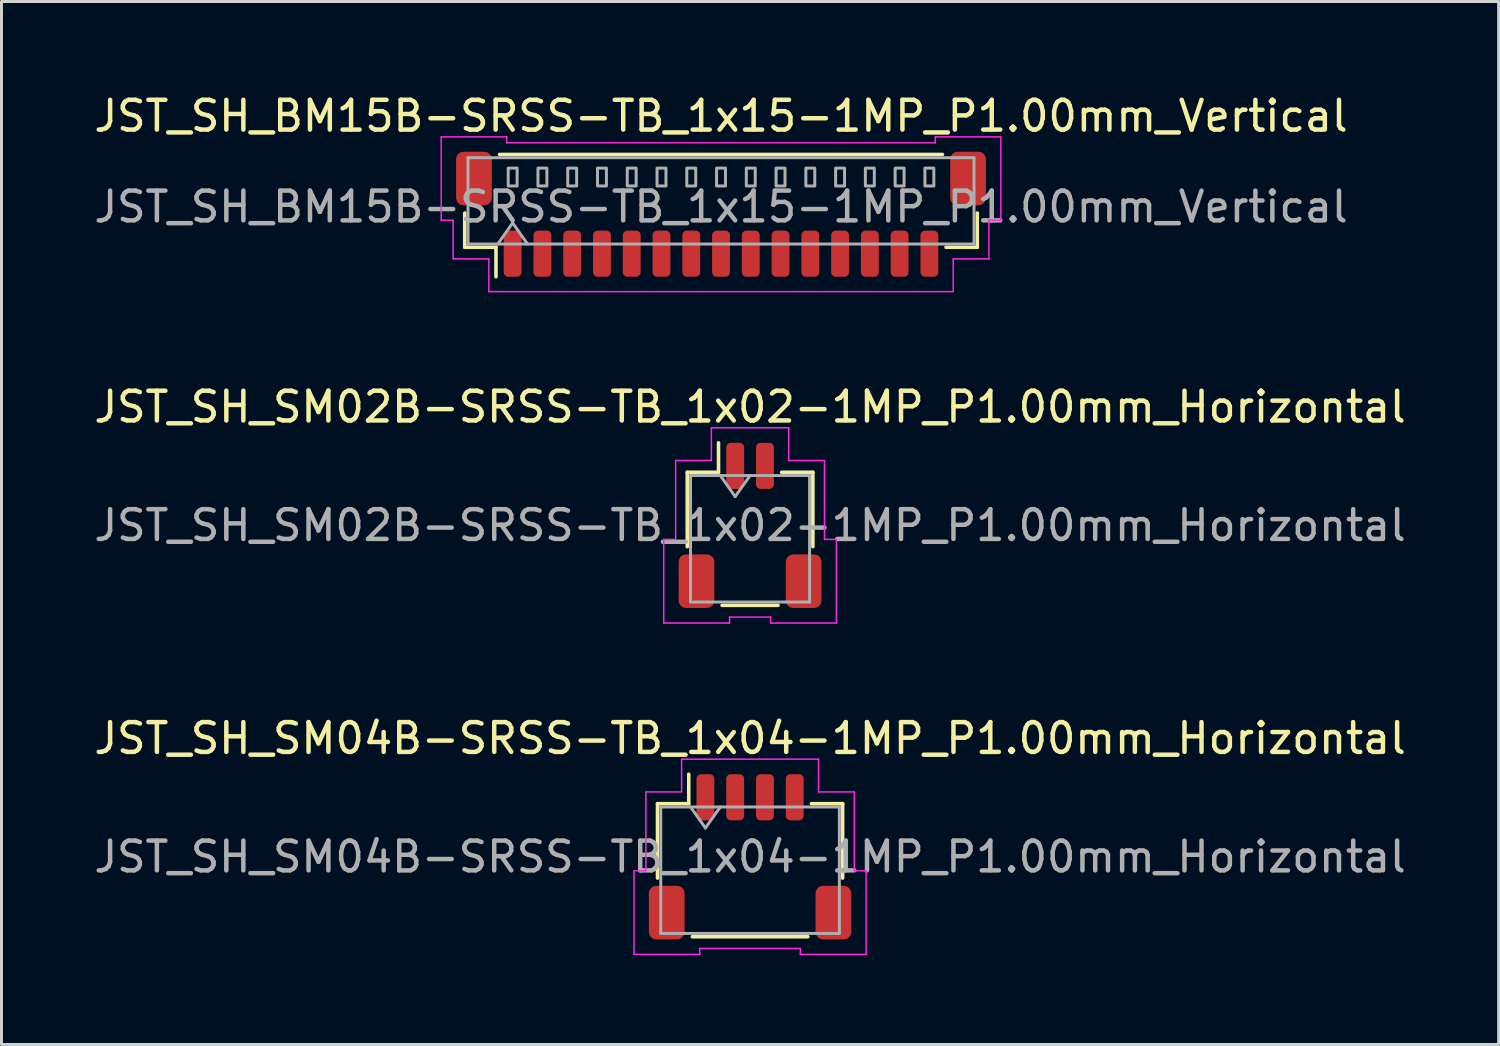
<source format=kicad_pcb>
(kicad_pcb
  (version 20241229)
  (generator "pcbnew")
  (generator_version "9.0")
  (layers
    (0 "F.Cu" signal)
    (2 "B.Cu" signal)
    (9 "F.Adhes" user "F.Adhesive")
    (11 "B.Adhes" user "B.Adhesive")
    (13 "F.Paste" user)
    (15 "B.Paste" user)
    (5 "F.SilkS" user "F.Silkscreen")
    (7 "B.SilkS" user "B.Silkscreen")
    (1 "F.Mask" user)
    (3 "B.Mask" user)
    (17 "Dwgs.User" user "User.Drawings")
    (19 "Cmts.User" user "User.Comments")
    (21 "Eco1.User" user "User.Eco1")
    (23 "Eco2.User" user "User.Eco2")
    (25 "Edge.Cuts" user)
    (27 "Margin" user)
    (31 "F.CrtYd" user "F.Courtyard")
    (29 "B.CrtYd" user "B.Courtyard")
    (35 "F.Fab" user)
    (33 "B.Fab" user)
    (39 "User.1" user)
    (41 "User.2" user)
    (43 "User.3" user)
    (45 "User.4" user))
  (footprint "JST_SH_SM02B-SRSS-TB_1x02-1MP_P1.00mm_Horizontal"
    (layer "F.Cu")
    (at 22.149 14.601)
    (property "Reference" "JST_SH_SM02B-SRSS-TB_1x02-1MP_P1.00mm_Horizontal" (at 0 -3.98 0) (layer "F.SilkS") (effects (font (size 1 1) (thickness 0.15))))
    (attr smd)
    (fp_line (start -2.11 -1.785) (end -1.06 -1.785) (stroke (width 0.12) (type solid)) (layer "F.SilkS"))
    (fp_line (start -2.11 0.715) (end -2.11 -1.785) (stroke (width 0.12) (type solid)) (layer "F.SilkS"))
    (fp_line (start -1.06 -1.785) (end -1.06 -2.775) (stroke (width 0.12) (type solid)) (layer "F.SilkS"))
    (fp_line (start -0.94 2.685) (end 0.94 2.685) (stroke (width 0.12) (type solid)) (layer "F.SilkS"))
    (fp_line (start 2.11 -1.785) (end 1.06 -1.785) (stroke (width 0.12) (type solid)) (layer "F.SilkS"))
    (fp_line (start 2.11 0.715) (end 2.11 -1.785) (stroke (width 0.12) (type solid)) (layer "F.SilkS"))
    (fp_line (start -2.9 0.47) (end -2.5 0.47) (stroke (width 0.05) (type solid)) (layer "F.CrtYd"))
    (fp_line (start -2.9 3.28) (end -2.9 0.47) (stroke (width 0.05) (type solid)) (layer "F.CrtYd"))
    (fp_line (start -2.5 -2.18) (end -1.3 -2.18) (stroke (width 0.05) (type solid)) (layer "F.CrtYd"))
    (fp_line (start -2.5 0.47) (end -2.5 -2.18) (stroke (width 0.05) (type solid)) (layer "F.CrtYd"))
    (fp_line (start -1.3 -3.28) (end 1.3 -3.28) (stroke (width 0.05) (type solid)) (layer "F.CrtYd"))
    (fp_line (start -1.3 -2.18) (end -1.3 -3.28) (stroke (width 0.05) (type solid)) (layer "F.CrtYd"))
    (fp_line (start -0.69 3.08) (end -0.69 3.28) (stroke (width 0.05) (type solid)) (layer "F.CrtYd"))
    (fp_line (start -0.69 3.28) (end -2.9 3.28) (stroke (width 0.05) (type solid)) (layer "F.CrtYd"))
    (fp_line (start 0.69 3.08) (end -0.69 3.08) (stroke (width 0.05) (type solid)) (layer "F.CrtYd"))
    (fp_line (start 0.69 3.28) (end 0.69 3.08) (stroke (width 0.05) (type solid)) (layer "F.CrtYd"))
    (fp_line (start 1.3 -3.28) (end 1.3 -2.18) (stroke (width 0.05) (type solid)) (layer "F.CrtYd"))
    (fp_line (start 1.3 -2.18) (end 2.5 -2.18) (stroke (width 0.05) (type solid)) (layer "F.CrtYd"))
    (fp_line (start 2.5 -2.18) (end 2.5 0.47) (stroke (width 0.05) (type solid)) (layer "F.CrtYd"))
    (fp_line (start 2.5 0.47) (end 2.9 0.47) (stroke (width 0.05) (type solid)) (layer "F.CrtYd"))
    (fp_line (start 2.9 0.47) (end 2.9 3.28) (stroke (width 0.05) (type solid)) (layer "F.CrtYd"))
    (fp_line (start 2.9 3.28) (end 0.69 3.28) (stroke (width 0.05) (type solid)) (layer "F.CrtYd"))
    (fp_line (start -2 -1.675) (end -2 2.575) (stroke (width 0.1) (type solid)) (layer "F.Fab"))
    (fp_line (start -2 -1.675) (end 2 -1.675) (stroke (width 0.1) (type solid)) (layer "F.Fab"))
    (fp_line (start -2 2.575) (end 2 2.575) (stroke (width 0.1) (type solid)) (layer "F.Fab"))
    (fp_line (start -1 -1.675) (end -0.5 -0.968) (stroke (width 0.1) (type solid)) (layer "F.Fab"))
    (fp_line (start -0.5 -0.968) (end 0 -1.675) (stroke (width 0.1) (type solid)) (layer "F.Fab"))
    (fp_line (start 2 -1.675) (end 2 2.575) (stroke (width 0.1) (type solid)) (layer "F.Fab"))
    (fp_text user "${REFERENCE}" (at 0 0 0) (layer "F.Fab") (effects (font (size 1 1) (thickness 0.15))))
    (pad "1" smd roundrect (at -0.5 -2) (size 0.6 1.55) (layers "F.Cu" "F.Mask" "F.Paste") (roundrect_rratio 0.25))
    (pad "2" smd roundrect (at 0.5 -2) (size 0.6 1.55) (layers "F.Cu" "F.Mask" "F.Paste") (roundrect_rratio 0.25))
    (pad "MP" smd roundrect (at -1.8 1.875) (size 1.2 1.8) (layers "F.Cu" "F.Mask" "F.Paste") (roundrect_rratio 0.208))
    (pad "MP" smd roundrect (at 1.8 1.875) (size 1.2 1.8) (layers "F.Cu" "F.Mask" "F.Paste") (roundrect_rratio 0.208)))
  (footprint "JST_SH_BM15B-SRSS-TB_1x15-1MP_P1.00mm_Vertical"
    (layer "F.Cu")
    (at 21.173 4.148)
    (property "Reference" "JST_SH_BM15B-SRSS-TB_1x15-1MP_P1.00mm_Vertical" (at 0 -3.3 0) (layer "F.SilkS") (effects (font (size 1 1) (thickness 0.15))))
    (attr smd)
    (fp_line (start -8.61 -0.04) (end -8.61 1.11) (stroke (width 0.12) (type solid)) (layer "F.SilkS"))
    (fp_line (start -8.61 1.11) (end -7.56 1.11) (stroke (width 0.12) (type solid)) (layer "F.SilkS"))
    (fp_line (start -7.56 1.11) (end -7.56 2.1) (stroke (width 0.12) (type solid)) (layer "F.SilkS"))
    (fp_line (start -7.44 -2.01) (end 7.44 -2.01) (stroke (width 0.12) (type solid)) (layer "F.SilkS"))
    (fp_line (start 8.61 -0.04) (end 8.61 1.11) (stroke (width 0.12) (type solid)) (layer "F.SilkS"))
    (fp_line (start 8.61 1.11) (end 7.56 1.11) (stroke (width 0.12) (type solid)) (layer "F.SilkS"))
    (fp_line (start -9.4 -2.6) (end -7.2 -2.6) (stroke (width 0.05) (type solid)) (layer "F.CrtYd"))
    (fp_line (start -9.4 0.2) (end -9.4 -2.6) (stroke (width 0.05) (type solid)) (layer "F.CrtYd"))
    (fp_line (start -9 0.2) (end -9.4 0.2) (stroke (width 0.05) (type solid)) (layer "F.CrtYd"))
    (fp_line (start -9 1.5) (end -9 0.2) (stroke (width 0.05) (type solid)) (layer "F.CrtYd"))
    (fp_line (start -7.8 1.5) (end -9 1.5) (stroke (width 0.05) (type solid)) (layer "F.CrtYd"))
    (fp_line (start -7.8 2.6) (end -7.8 1.5) (stroke (width 0.05) (type solid)) (layer "F.CrtYd"))
    (fp_line (start -7.2 -2.6) (end -7.2 -2.4) (stroke (width 0.05) (type solid)) (layer "F.CrtYd"))
    (fp_line (start -7.2 -2.4) (end 7.2 -2.4) (stroke (width 0.05) (type solid)) (layer "F.CrtYd"))
    (fp_line (start 7.2 -2.6) (end 9.4 -2.6) (stroke (width 0.05) (type solid)) (layer "F.CrtYd"))
    (fp_line (start 7.2 -2.4) (end 7.2 -2.6) (stroke (width 0.05) (type solid)) (layer "F.CrtYd"))
    (fp_line (start 7.8 1.5) (end 7.8 2.6) (stroke (width 0.05) (type solid)) (layer "F.CrtYd"))
    (fp_line (start 7.8 2.6) (end -7.8 2.6) (stroke (width 0.05) (type solid)) (layer "F.CrtYd"))
    (fp_line (start 9 0.2) (end 9 1.5) (stroke (width 0.05) (type solid)) (layer "F.CrtYd"))
    (fp_line (start 9 1.5) (end 7.8 1.5) (stroke (width 0.05) (type solid)) (layer "F.CrtYd"))
    (fp_line (start 9.4 -2.6) (end 9.4 0.2) (stroke (width 0.05) (type solid)) (layer "F.CrtYd"))
    (fp_line (start 9.4 0.2) (end 9 0.2) (stroke (width 0.05) (type solid)) (layer "F.CrtYd"))
    (fp_line (start -8.5 -1.9) (end 8.5 -1.9) (stroke (width 0.1) (type solid)) (layer "F.Fab"))
    (fp_line (start -8.5 1) (end -8.5 -1.9) (stroke (width 0.1) (type solid)) (layer "F.Fab"))
    (fp_line (start -8.5 1) (end 8.5 1) (stroke (width 0.1) (type solid)) (layer "F.Fab"))
    (fp_line (start -7.5 1) (end -7 0.293) (stroke (width 0.1) (type solid)) (layer "F.Fab"))
    (fp_line (start -7 0.293) (end -6.5 1) (stroke (width 0.1) (type solid)) (layer "F.Fab"))
    (fp_line (start 8.5 1) (end 8.5 -1.9) (stroke (width 0.1) (type solid)) (layer "F.Fab"))
    (fp_rect (start -7.15 -1.55) (end -6.85 -0.95) (stroke (width 0.1) (type solid)) (fill no) (layer "F.Fab"))
    (fp_rect (start -6.15 -1.55) (end -5.85 -0.95) (stroke (width 0.1) (type solid)) (fill no) (layer "F.Fab"))
    (fp_rect (start -5.15 -1.55) (end -4.85 -0.95) (stroke (width 0.1) (type solid)) (fill no) (layer "F.Fab"))
    (fp_rect (start -4.15 -1.55) (end -3.85 -0.95) (stroke (width 0.1) (type solid)) (fill no) (layer "F.Fab"))
    (fp_rect (start -3.15 -1.55) (end -2.85 -0.95) (stroke (width 0.1) (type solid)) (fill no) (layer "F.Fab"))
    (fp_rect (start -2.15 -1.55) (end -1.85 -0.95) (stroke (width 0.1) (type solid)) (fill no) (layer "F.Fab"))
    (fp_rect (start -1.15 -1.55) (end -0.85 -0.95) (stroke (width 0.1) (type solid)) (fill no) (layer "F.Fab"))
    (fp_rect (start -0.15 -1.55) (end 0.15 -0.95) (stroke (width 0.1) (type solid)) (fill no) (layer "F.Fab"))
    (fp_rect (start 0.85 -1.55) (end 1.15 -0.95) (stroke (width 0.1) (type solid)) (fill no) (layer "F.Fab"))
    (fp_rect (start 1.85 -1.55) (end 2.15 -0.95) (stroke (width 0.1) (type solid)) (fill no) (layer "F.Fab"))
    (fp_rect (start 2.85 -1.55) (end 3.15 -0.95) (stroke (width 0.1) (type solid)) (fill no) (layer "F.Fab"))
    (fp_rect (start 3.85 -1.55) (end 4.15 -0.95) (stroke (width 0.1) (type solid)) (fill no) (layer "F.Fab"))
    (fp_rect (start 4.85 -1.55) (end 5.15 -0.95) (stroke (width 0.1) (type solid)) (fill no) (layer "F.Fab"))
    (fp_rect (start 5.85 -1.55) (end 6.15 -0.95) (stroke (width 0.1) (type solid)) (fill no) (layer "F.Fab"))
    (fp_rect (start 6.85 -1.55) (end 7.15 -0.95) (stroke (width 0.1) (type solid)) (fill no) (layer "F.Fab"))
    (fp_text user "${REFERENCE}" (at 0 -0.25 0) (layer "F.Fab") (effects (font (size 1 1) (thickness 0.15))))
    (pad "1" smd roundrect (at -7 1.325) (size 0.6 1.55) (layers "F.Cu" "F.Mask" "F.Paste") (roundrect_rratio 0.25))
    (pad "2" smd roundrect (at -6 1.325) (size 0.6 1.55) (layers "F.Cu" "F.Mask" "F.Paste") (roundrect_rratio 0.25))
    (pad "3" smd roundrect (at -5 1.325) (size 0.6 1.55) (layers "F.Cu" "F.Mask" "F.Paste") (roundrect_rratio 0.25))
    (pad "4" smd roundrect (at -4 1.325) (size 0.6 1.55) (layers "F.Cu" "F.Mask" "F.Paste") (roundrect_rratio 0.25))
    (pad "5" smd roundrect (at -3 1.325) (size 0.6 1.55) (layers "F.Cu" "F.Mask" "F.Paste") (roundrect_rratio 0.25))
    (pad "6" smd roundrect (at -2 1.325) (size 0.6 1.55) (layers "F.Cu" "F.Mask" "F.Paste") (roundrect_rratio 0.25))
    (pad "7" smd roundrect (at -1 1.325) (size 0.6 1.55) (layers "F.Cu" "F.Mask" "F.Paste") (roundrect_rratio 0.25))
    (pad "8" smd roundrect (at 0 1.325) (size 0.6 1.55) (layers "F.Cu" "F.Mask" "F.Paste") (roundrect_rratio 0.25))
    (pad "9" smd roundrect (at 1 1.325) (size 0.6 1.55) (layers "F.Cu" "F.Mask" "F.Paste") (roundrect_rratio 0.25))
    (pad "10" smd roundrect (at 2 1.325) (size 0.6 1.55) (layers "F.Cu" "F.Mask" "F.Paste") (roundrect_rratio 0.25))
    (pad "11" smd roundrect (at 3 1.325) (size 0.6 1.55) (layers "F.Cu" "F.Mask" "F.Paste") (roundrect_rratio 0.25))
    (pad "12" smd roundrect (at 4 1.325) (size 0.6 1.55) (layers "F.Cu" "F.Mask" "F.Paste") (roundrect_rratio 0.25))
    (pad "13" smd roundrect (at 5 1.325) (size 0.6 1.55) (layers "F.Cu" "F.Mask" "F.Paste") (roundrect_rratio 0.25))
    (pad "14" smd roundrect (at 6 1.325) (size 0.6 1.55) (layers "F.Cu" "F.Mask" "F.Paste") (roundrect_rratio 0.25))
    (pad "15" smd roundrect (at 7 1.325) (size 0.6 1.55) (layers "F.Cu" "F.Mask" "F.Paste") (roundrect_rratio 0.25))
    (pad "MP" smd roundrect (at -8.3 -1.2) (size 1.2 1.8) (layers "F.Cu" "F.Mask" "F.Paste") (roundrect_rratio 0.208))
    (pad "MP" smd roundrect (at 8.3 -1.2) (size 1.2 1.8) (layers "F.Cu" "F.Mask" "F.Paste") (roundrect_rratio 0.208)))
  (footprint "JST_SH_SM04B-SRSS-TB_1x04-1MP_P1.00mm_Horizontal"
    (layer "F.Cu")
    (at 22.149 25.735)
    (property "Reference" "JST_SH_SM04B-SRSS-TB_1x04-1MP_P1.00mm_Horizontal" (at 0 -3.98 0) (layer "F.SilkS") (effects (font (size 1 1) (thickness 0.15))))
    (attr smd)
    (fp_line (start -3.11 -1.785) (end -2.06 -1.785) (stroke (width 0.12) (type solid)) (layer "F.SilkS"))
    (fp_line (start -3.11 0.715) (end -3.11 -1.785) (stroke (width 0.12) (type solid)) (layer "F.SilkS"))
    (fp_line (start -2.06 -1.785) (end -2.06 -2.775) (stroke (width 0.12) (type solid)) (layer "F.SilkS"))
    (fp_line (start -1.94 2.685) (end 1.94 2.685) (stroke (width 0.12) (type solid)) (layer "F.SilkS"))
    (fp_line (start 3.11 -1.785) (end 2.06 -1.785) (stroke (width 0.12) (type solid)) (layer "F.SilkS"))
    (fp_line (start 3.11 0.715) (end 3.11 -1.785) (stroke (width 0.12) (type solid)) (layer "F.SilkS"))
    (fp_line (start -3.9 0.47) (end -3.5 0.47) (stroke (width 0.05) (type solid)) (layer "F.CrtYd"))
    (fp_line (start -3.9 3.28) (end -3.9 0.47) (stroke (width 0.05) (type solid)) (layer "F.CrtYd"))
    (fp_line (start -3.5 -2.18) (end -2.3 -2.18) (stroke (width 0.05) (type solid)) (layer "F.CrtYd"))
    (fp_line (start -3.5 0.47) (end -3.5 -2.18) (stroke (width 0.05) (type solid)) (layer "F.CrtYd"))
    (fp_line (start -2.3 -3.28) (end 2.3 -3.28) (stroke (width 0.05) (type solid)) (layer "F.CrtYd"))
    (fp_line (start -2.3 -2.18) (end -2.3 -3.28) (stroke (width 0.05) (type solid)) (layer "F.CrtYd"))
    (fp_line (start -1.69 3.08) (end -1.69 3.28) (stroke (width 0.05) (type solid)) (layer "F.CrtYd"))
    (fp_line (start -1.69 3.28) (end -3.9 3.28) (stroke (width 0.05) (type solid)) (layer "F.CrtYd"))
    (fp_line (start 1.69 3.08) (end -1.69 3.08) (stroke (width 0.05) (type solid)) (layer "F.CrtYd"))
    (fp_line (start 1.69 3.28) (end 1.69 3.08) (stroke (width 0.05) (type solid)) (layer "F.CrtYd"))
    (fp_line (start 2.3 -3.28) (end 2.3 -2.18) (stroke (width 0.05) (type solid)) (layer "F.CrtYd"))
    (fp_line (start 2.3 -2.18) (end 3.5 -2.18) (stroke (width 0.05) (type solid)) (layer "F.CrtYd"))
    (fp_line (start 3.5 -2.18) (end 3.5 0.47) (stroke (width 0.05) (type solid)) (layer "F.CrtYd"))
    (fp_line (start 3.5 0.47) (end 3.9 0.47) (stroke (width 0.05) (type solid)) (layer "F.CrtYd"))
    (fp_line (start 3.9 0.47) (end 3.9 3.28) (stroke (width 0.05) (type solid)) (layer "F.CrtYd"))
    (fp_line (start 3.9 3.28) (end 1.69 3.28) (stroke (width 0.05) (type solid)) (layer "F.CrtYd"))
    (fp_line (start -3 -1.675) (end -3 2.575) (stroke (width 0.1) (type solid)) (layer "F.Fab"))
    (fp_line (start -3 -1.675) (end 3 -1.675) (stroke (width 0.1) (type solid)) (layer "F.Fab"))
    (fp_line (start -3 2.575) (end 3 2.575) (stroke (width 0.1) (type solid)) (layer "F.Fab"))
    (fp_line (start -2 -1.675) (end -1.5 -0.968) (stroke (width 0.1) (type solid)) (layer "F.Fab"))
    (fp_line (start -1.5 -0.968) (end -1 -1.675) (stroke (width 0.1) (type solid)) (layer "F.Fab"))
    (fp_line (start 3 -1.675) (end 3 2.575) (stroke (width 0.1) (type solid)) (layer "F.Fab"))
    (fp_text user "${REFERENCE}" (at 0 0 0) (layer "F.Fab") (effects (font (size 1 1) (thickness 0.15))))
    (pad "1" smd roundrect (at -1.5 -2) (size 0.6 1.55) (layers "F.Cu" "F.Mask" "F.Paste") (roundrect_rratio 0.25))
    (pad "2" smd roundrect (at -0.5 -2) (size 0.6 1.55) (layers "F.Cu" "F.Mask" "F.Paste") (roundrect_rratio 0.25))
    (pad "3" smd roundrect (at 0.5 -2) (size 0.6 1.55) (layers "F.Cu" "F.Mask" "F.Paste") (roundrect_rratio 0.25))
    (pad "4" smd roundrect (at 1.5 -2) (size 0.6 1.55) (layers "F.Cu" "F.Mask" "F.Paste") (roundrect_rratio 0.25))
    (pad "MP" smd roundrect (at -2.8 1.875) (size 1.2 1.8) (layers "F.Cu" "F.Mask" "F.Paste") (roundrect_rratio 0.208))
    (pad "MP" smd roundrect (at 2.8 1.875) (size 1.2 1.8) (layers "F.Cu" "F.Mask" "F.Paste") (roundrect_rratio 0.208)))
  (gr_rect
    (start -3 -3)
    (end 47.298 32.04)
    (stroke (width 0.1) (type default))
    (fill no)
    (layer "Edge.Cuts")))
</source>
